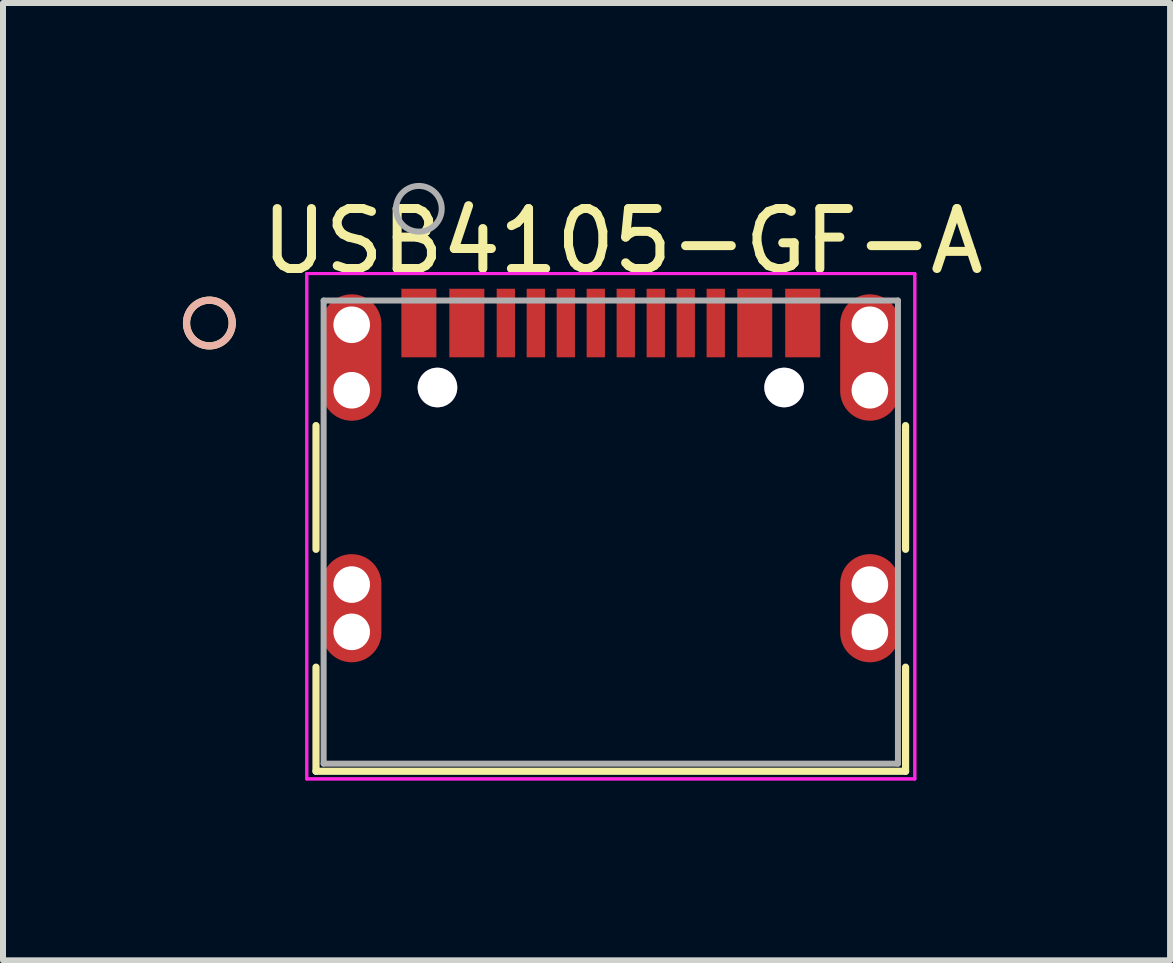
<source format=kicad_pcb>
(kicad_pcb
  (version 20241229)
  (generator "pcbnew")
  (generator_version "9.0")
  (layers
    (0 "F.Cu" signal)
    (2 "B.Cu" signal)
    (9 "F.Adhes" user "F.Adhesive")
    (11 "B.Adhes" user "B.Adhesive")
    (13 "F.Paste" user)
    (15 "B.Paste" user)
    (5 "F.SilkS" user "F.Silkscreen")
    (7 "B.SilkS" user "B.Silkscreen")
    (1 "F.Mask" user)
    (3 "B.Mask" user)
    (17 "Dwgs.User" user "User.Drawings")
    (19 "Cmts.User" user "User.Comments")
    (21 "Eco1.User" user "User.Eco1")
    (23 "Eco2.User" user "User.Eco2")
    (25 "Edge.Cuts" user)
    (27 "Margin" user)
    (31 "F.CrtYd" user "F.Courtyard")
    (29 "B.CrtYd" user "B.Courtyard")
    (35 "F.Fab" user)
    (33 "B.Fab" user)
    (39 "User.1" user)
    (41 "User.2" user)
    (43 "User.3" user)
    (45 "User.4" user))
  (footprint "USB4105-GF-A"
    (layer "F.Cu")
    (at 7.134 5.822)
    (property "Reference" "USB4105-GF-A" (at 0.2 -4.85 0) (layer "F.SilkS") (effects (font (size 1 1) (thickness 0.15))))
    (attr through_hole)
    (fp_line (start -4.915 -1.776) (end -4.915 0.287) (stroke (width 0.12) (type solid)) (layer "F.SilkS"))
    (fp_line (start -4.915 2.252) (end -4.915 3.988) (stroke (width 0.12) (type solid)) (layer "F.SilkS"))
    (fp_line (start -4.915 3.988) (end 4.915 3.988) (stroke (width 0.12) (type solid)) (layer "F.SilkS"))
    (fp_line (start 4.915 0.287) (end 4.915 -1.776) (stroke (width 0.12) (type solid)) (layer "F.SilkS"))
    (fp_line (start 4.915 3.988) (end 4.915 2.252) (stroke (width 0.12) (type solid)) (layer "F.SilkS"))
    (fp_circle (center -6.693 -3.486) (end -6.312 -3.486) (stroke (width 0.12) (type solid)) (fill no) (layer "F.SilkS"))
    (fp_circle (center -6.693 -3.486) (end -6.312 -3.486) (stroke (width 0.12) (type solid)) (fill no) (layer "B.SilkS"))
    (fp_line (start -5.069 -4.311) (end -5.069 4.115) (stroke (width 0.05) (type solid)) (layer "F.CrtYd"))
    (fp_line (start -5.069 -4.311) (end -5.069 4.115) (stroke (width 0.05) (type solid)) (layer "F.CrtYd"))
    (fp_line (start -5.069 4.115) (end 5.069 4.115) (stroke (width 0.05) (type solid)) (layer "F.CrtYd"))
    (fp_line (start -5.069 4.115) (end 5.069 4.115) (stroke (width 0.05) (type solid)) (layer "F.CrtYd"))
    (fp_line (start 5.069 -4.311) (end -5.069 -4.311) (stroke (width 0.05) (type solid)) (layer "F.CrtYd"))
    (fp_line (start 5.069 -4.311) (end -5.069 -4.311) (stroke (width 0.05) (type solid)) (layer "F.CrtYd"))
    (fp_line (start 5.069 4.115) (end 5.069 -4.311) (stroke (width 0.05) (type solid)) (layer "F.CrtYd"))
    (fp_line (start 5.069 4.115) (end 5.069 -4.311) (stroke (width 0.05) (type solid)) (layer "F.CrtYd"))
    (fp_line (start -4.788 -3.861) (end -4.788 3.861) (stroke (width 0.1) (type solid)) (layer "F.Fab"))
    (fp_line (start -4.788 3.861) (end 4.788 3.861) (stroke (width 0.1) (type solid)) (layer "F.Fab"))
    (fp_line (start 4.788 -3.861) (end -4.788 -3.861) (stroke (width 0.1) (type solid)) (layer "F.Fab"))
    (fp_line (start 4.788 3.861) (end 4.788 -3.861) (stroke (width 0.1) (type solid)) (layer "F.Fab"))
    (fp_circle (center -3.2 -5.391) (end -2.819 -5.391) (stroke (width 0.1) (type solid)) (fill no) (layer "F.Fab"))
    (pad "" np_thru_hole circle (at -4.32 -3.457) (size 0.61 0.61) (drill 0.61) (layers "*.Cu" "*.Mask"))
    (pad "" np_thru_hole circle (at -4.32 -2.365) (size 0.61 0.61) (drill 0.61) (layers "*.Cu" "*.Mask"))
    (pad "" np_thru_hole circle (at -4.32 0.875) (size 0.61 0.61) (drill 0.61) (layers "*.Cu" "*.Mask"))
    (pad "" np_thru_hole circle (at -4.32 1.663) (size 0.61 0.61) (drill 0.61) (layers "*.Cu" "*.Mask"))
    (pad "" np_thru_hole circle (at 4.32 -3.457) (size 0.61 0.61) (drill 0.61) (layers "*.Cu" "*.Mask"))
    (pad "" np_thru_hole circle (at 4.32 -2.365) (size 0.61 0.61) (drill 0.61) (layers "*.Cu" "*.Mask"))
    (pad "" np_thru_hole circle (at 4.32 0.875) (size 0.61 0.61) (drill 0.61) (layers "*.Cu" "*.Mask"))
    (pad "" np_thru_hole circle (at 4.32 1.663) (size 0.61 0.61) (drill 0.61) (layers "*.Cu" "*.Mask"))
    (pad "17" thru_hole circle (at -2.89 -2.411) (size 0.66 0.66) (drill 0.66) (layers "*.Cu" "*.Mask"))
    (pad "18" thru_hole circle (at 2.89 -2.411) (size 0.66 0.66) (drill 0.66) (layers "*.Cu" "*.Mask"))
    (pad "A1" smd rect (at -3.2 -3.486) (size 0.584 1.143) (layers "F.Cu" "F.Mask" "F.Paste"))
    (pad "A4" smd rect (at -2.4 -3.486) (size 0.584 1.143) (layers "F.Cu" "F.Mask" "F.Paste"))
    (pad "A5" smd rect (at -1.25 -3.486) (size 0.305 1.143) (layers "F.Cu" "F.Mask" "F.Paste"))
    (pad "A6" smd rect (at -0.25 -3.486) (size 0.305 1.143) (layers "F.Cu" "F.Mask" "F.Paste"))
    (pad "A7" smd rect (at 0.25 -3.486) (size 0.305 1.143) (layers "F.Cu" "F.Mask" "F.Paste"))
    (pad "A8" smd rect (at 1.25 -3.486) (size 0.305 1.143) (layers "F.Cu" "F.Mask" "F.Paste"))
    (pad "B1" smd rect (at 3.2 -3.486) (size 0.584 1.143) (layers "F.Cu" "F.Mask" "F.Paste"))
    (pad "B5" smd rect (at 1.75 -3.486) (size 0.305 1.143) (layers "F.Cu" "F.Mask" "F.Paste"))
    (pad "B6" smd rect (at 0.75 -3.486) (size 0.305 1.143) (layers "F.Cu" "F.Mask" "F.Paste"))
    (pad "B7" smd rect (at -0.75 -3.486) (size 0.305 1.143) (layers "F.Cu" "F.Mask" "F.Paste"))
    (pad "B8" smd rect (at -1.75 -3.486) (size 0.305 1.143) (layers "F.Cu" "F.Mask" "F.Paste"))
    (pad "B9" smd rect (at 2.4 -3.486) (size 0.584 1.143) (layers "F.Cu" "F.Mask" "F.Paste"))
    (pad "S1" smd oval (at -4.32 -2.911) (size 0.991 2.108) (layers "F.Cu" "F.Mask" "F.Paste"))
    (pad "S1" smd oval (at -4.32 1.269) (size 0.991 1.803) (layers "F.Cu" "F.Mask" "F.Paste"))
    (pad "S1" smd oval (at 4.32 -2.911) (size 0.991 2.108) (layers "F.Cu" "F.Mask" "F.Paste"))
    (pad "S1" smd oval (at 4.32 1.269) (size 0.991 1.803) (layers "F.Cu" "F.Mask" "F.Paste")))
  (gr_rect
    (start -3 -3)
    (end 16.459 12.962)
    (stroke (width 0.1) (type default))
    (fill no)
    (layer "Edge.Cuts")))
</source>
